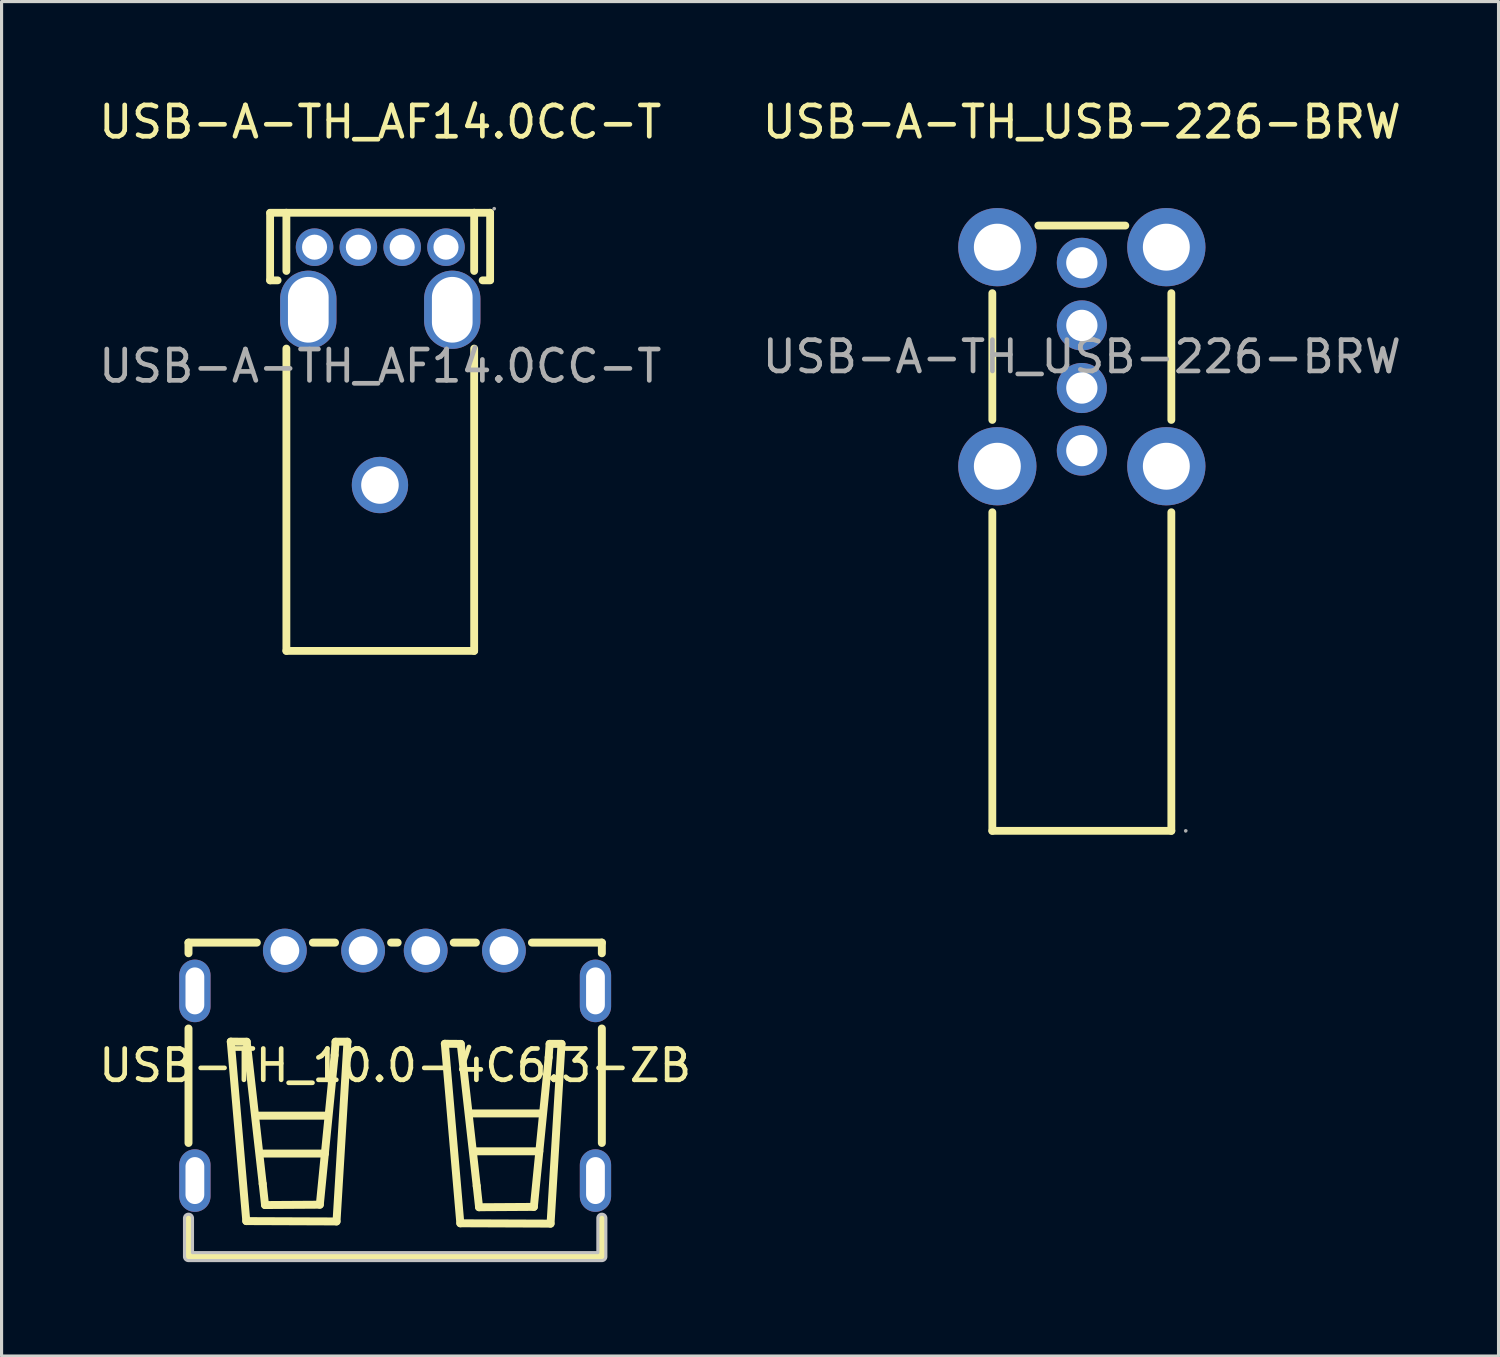
<source format=kicad_pcb>
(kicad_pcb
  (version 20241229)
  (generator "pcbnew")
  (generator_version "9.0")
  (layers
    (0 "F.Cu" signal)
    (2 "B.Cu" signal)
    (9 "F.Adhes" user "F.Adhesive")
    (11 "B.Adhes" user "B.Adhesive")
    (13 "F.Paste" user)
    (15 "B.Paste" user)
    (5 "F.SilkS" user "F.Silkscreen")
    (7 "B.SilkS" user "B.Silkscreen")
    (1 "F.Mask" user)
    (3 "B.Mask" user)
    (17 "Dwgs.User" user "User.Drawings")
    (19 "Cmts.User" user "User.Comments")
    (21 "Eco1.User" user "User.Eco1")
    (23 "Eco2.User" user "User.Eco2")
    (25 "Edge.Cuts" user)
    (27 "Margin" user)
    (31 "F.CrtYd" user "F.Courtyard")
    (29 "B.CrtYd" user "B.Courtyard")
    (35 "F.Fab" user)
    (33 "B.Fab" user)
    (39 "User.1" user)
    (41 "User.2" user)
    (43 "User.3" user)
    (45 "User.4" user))
  (footprint "USB-TH_10.0-4C6.3-ZB"
    (layer "F.Cu")
    (at 9.577 30.998)
    (property "Reference" "USB-TH_10.0-4C6.3-ZB" (at 0 0 0) (unlocked yes) (layer "F.SilkS") (effects (font (size 1 1) (thickness 0.15))))
    (fp_line (start -6.604 -3.929) (end -6.604 -3.588) (stroke (width 0.254) (type default)) (layer "F.SilkS"))
    (fp_line (start -6.604 -1.184) (end -6.604 2.473) (stroke (width 0.254) (type default)) (layer "F.SilkS"))
    (fp_line (start -6.604 4.877) (end -6.604 6.104) (stroke (width 0.254) (type default)) (layer "F.SilkS"))
    (fp_line (start -6.604 6.104) (end 6.604 6.104) (stroke (width 0.254) (type default)) (layer "F.SilkS"))
    (fp_line (start -5.253 -0.765) (end -4.744 -0.761) (stroke (width 0.254) (type default)) (layer "F.SilkS"))
    (fp_line (start -4.757 4.97) (end -5.253 -0.765) (stroke (width 0.254) (type default)) (layer "F.SilkS"))
    (fp_line (start -4.744 -0.761) (end -4.233 3.779) (stroke (width 0.254) (type default)) (layer "F.SilkS"))
    (fp_line (start -4.42 -3.929) (end -6.604 -3.929) (stroke (width 0.254) (type default)) (layer "F.SilkS"))
    (fp_line (start -4.415 1.601) (end -2.155 1.601) (stroke (width 0.254) (type default)) (layer "F.SilkS"))
    (fp_line (start -4.274 2.812) (end -2.244 2.812) (stroke (width 0.254) (type default)) (layer "F.SilkS"))
    (fp_line (start -4.233 3.779) (end -4.158 4.457) (stroke (width 0.254) (type default)) (layer "F.SilkS"))
    (fp_line (start -4.158 4.457) (end -2.408 4.446) (stroke (width 0.254) (type default)) (layer "F.SilkS"))
    (fp_line (start -2.408 4.446) (end -1.935 -0.332) (stroke (width 0.254) (type default)) (layer "F.SilkS"))
    (fp_line (start -1.935 -0.332) (end -1.905 -0.762) (stroke (width 0.254) (type default)) (layer "F.SilkS"))
    (fp_line (start -1.921 -3.929) (end -2.63 -3.929) (stroke (width 0.254) (type default)) (layer "F.SilkS"))
    (fp_line (start -1.905 -0.762) (end -1.524 -0.762) (stroke (width 0.254) (type default)) (layer "F.SilkS"))
    (fp_line (start -1.874 4.981) (end -4.757 4.97) (stroke (width 0.254) (type default)) (layer "F.SilkS"))
    (fp_line (start -1.524 -0.762) (end -1.874 4.981) (stroke (width 0.254) (type default)) (layer "F.SilkS"))
    (fp_line (start 0.079 -3.929) (end -0.13 -3.929) (stroke (width 0.254) (type default)) (layer "F.SilkS"))
    (fp_line (start 1.587 -0.696) (end 2.095 -0.692) (stroke (width 0.254) (type default)) (layer "F.SilkS"))
    (fp_line (start 2.082 5.04) (end 1.587 -0.696) (stroke (width 0.254) (type default)) (layer "F.SilkS"))
    (fp_line (start 2.095 -0.692) (end 2.606 3.849) (stroke (width 0.254) (type default)) (layer "F.SilkS"))
    (fp_line (start 2.436 1.53) (end 4.696 1.53) (stroke (width 0.254) (type default)) (layer "F.SilkS"))
    (fp_line (start 2.575 2.74) (end 4.605 2.74) (stroke (width 0.254) (type default)) (layer "F.SilkS"))
    (fp_line (start 2.579 -3.929) (end 1.871 -3.929) (stroke (width 0.254) (type default)) (layer "F.SilkS"))
    (fp_line (start 2.606 3.849) (end 2.681 4.527) (stroke (width 0.254) (type default)) (layer "F.SilkS"))
    (fp_line (start 2.681 4.527) (end 4.431 4.516) (stroke (width 0.254) (type default)) (layer "F.SilkS"))
    (fp_line (start 4.431 4.516) (end 4.905 -0.263) (stroke (width 0.254) (type default)) (layer "F.SilkS"))
    (fp_line (start 4.905 -0.263) (end 4.935 -0.693) (stroke (width 0.254) (type default)) (layer "F.SilkS"))
    (fp_line (start 4.935 -0.693) (end 5.315 -0.693) (stroke (width 0.254) (type default)) (layer "F.SilkS"))
    (fp_line (start 4.965 5.051) (end 2.082 5.04) (stroke (width 0.254) (type default)) (layer "F.SilkS"))
    (fp_line (start 5.315 -0.693) (end 4.965 5.051) (stroke (width 0.254) (type default)) (layer "F.SilkS"))
    (fp_line (start 6.604 -3.929) (end 4.37 -3.929) (stroke (width 0.254) (type default)) (layer "F.SilkS"))
    (fp_line (start 6.604 -3.588) (end 6.604 -3.929) (stroke (width 0.254) (type default)) (layer "F.SilkS"))
    (fp_line (start 6.604 2.473) (end 6.604 -1.184) (stroke (width 0.254) (type default)) (layer "F.SilkS"))
    (fp_line (start 6.604 6.104) (end 6.604 4.877) (stroke (width 0.254) (type default)) (layer "F.SilkS"))
    (fp_poly (pts (arc (start -6.731 4.877) (mid -6.604 4.75) (end -6.477 4.877)) (xy -6.477 5.977) (xy 6.477 5.977) (arc (start 6.477 4.877) (mid 6.604 4.75) (end 6.731 4.877)) (arc (start 6.731 6.104) (mid 6.693803 6.193803) (end 6.604 6.231)) (arc (start -6.604 6.231) (mid -6.693803 6.193803) (end -6.731 6.104))) (stroke (width 0.1) (type default)) (fill no) (layer "Dwgs.User"))
    (fp_poly (pts (xy -6.25 -2.886) (xy -6.25 -1.886) (xy -6.55 -1.886) (xy -6.55 -2.886)) (stroke (width 0.1) (type default)) (fill no) (layer "User.1"))
    (fp_poly (pts (xy -6.25 3.175) (xy -6.25 4.175) (xy -6.55 4.175) (xy -6.55 3.175)) (stroke (width 0.1) (type default)) (fill no) (layer "User.1"))
    (fp_poly (pts (xy -3.775 -3.825) (xy -3.275 -3.825) (xy -3.275 -3.525) (xy -3.775 -3.525)) (stroke (width 0.1) (type default)) (fill no) (layer "User.1"))
    (fp_poly (pts (xy -1.275 -3.825) (xy -0.775 -3.825) (xy -0.775 -3.525) (xy -1.275 -3.525)) (stroke (width 0.1) (type default)) (fill no) (layer "User.1"))
    (fp_poly (pts (xy 0.725 -3.825) (xy 1.225 -3.825) (xy 1.225 -3.525) (xy 0.725 -3.525)) (stroke (width 0.1) (type default)) (fill no) (layer "User.1"))
    (fp_poly (pts (xy 3.225 -3.825) (xy 3.725 -3.825) (xy 3.725 -3.525) (xy 3.225 -3.525)) (stroke (width 0.1) (type default)) (fill no) (layer "User.1"))
    (fp_poly (pts (xy 6.55 -2.886) (xy 6.55 -1.886) (xy 6.25 -1.886) (xy 6.25 -2.886)) (stroke (width 0.1) (type default)) (fill no) (layer "User.1"))
    (fp_poly (pts (xy 6.55 3.175) (xy 6.55 4.175) (xy 6.25 4.175) (xy 6.25 3.175)) (stroke (width 0.1) (type default)) (fill no) (layer "User.1"))
    (fp_line (start -6.6 -3.925) (end 6.6 -3.925) (stroke (width 0.051) (type default)) (layer "User.2"))
    (fp_line (start -6.6 6.075) (end -6.6 -3.925) (stroke (width 0.051) (type default)) (layer "User.2"))
    (fp_line (start 6.6 -3.925) (end 6.6 6.075) (stroke (width 0.051) (type default)) (layer "User.2"))
    (fp_line (start 6.6 6.075) (end -6.6 6.075) (stroke (width 0.051) (type default)) (layer "User.2"))
    (fp_poly (pts (xy -6.54 -3.925) (xy -6.558 -3.967) (xy -6.6 -3.985) (xy -6.642 -3.967) (xy -6.66 -3.925) (xy -6.642 -3.883) (xy -6.6 -3.865) (xy -6.558 -3.883)) (stroke (width 0.1) (type default)) (fill no) (layer "User.3"))
    (pad "1" thru_hole circle (at -3.525 -3.675) (size 1.4 1.4) (drill 0.92) (layers "*.Cu" "*.Mask"))
    (pad "2" thru_hole circle (at -1.025 -3.675) (size 1.4 1.4) (drill 0.92) (layers "*.Cu" "*.Mask"))
    (pad "3" thru_hole circle (at 0.975 -3.675) (size 1.4 1.4) (drill 0.92) (layers "*.Cu" "*.Mask"))
    (pad "4" thru_hole circle (at 3.475 -3.675) (size 1.4 1.4) (drill 0.92) (layers "*.Cu" "*.Mask"))
    (pad "5" thru_hole oval (at -6.4 3.675 90) (size 2 1) (drill oval 1.5 0.6) (layers "*.Cu" "*.Mask"))
    (pad "6" thru_hole oval (at -6.4 -2.386 90) (size 2 1) (drill oval 1.5 0.6) (layers "*.Cu" "*.Mask"))
    (pad "7" thru_hole oval (at 6.4 3.675 90) (size 2 1) (drill oval 1.5 0.6) (layers "*.Cu" "*.Mask"))
    (pad "8" thru_hole oval (at 6.4 -2.386 90) (size 2 1) (drill oval 1.5 0.6) (layers "*.Cu" "*.Mask")))
  (footprint "USB-A-TH_USB-226-BRW"
    (layer "F.Cu")
    (at 31.518 8.348)
    (property "Reference" "USB-A-TH_USB-226-BRW" (at 0 -7.5 0) (layer "F.SilkS") (effects (font (size 1 1) (thickness 0.15))))
    (attr through_hole)
    (fp_line (start -2.86 2.02) (end -2.86 -2.03) (stroke (width 0.25) (type solid)) (layer "F.SilkS"))
    (fp_line (start -2.86 15.15) (end -2.86 4.97) (stroke (width 0.25) (type solid)) (layer "F.SilkS"))
    (fp_line (start -1.39 -4.19) (end 1.39 -4.19) (stroke (width 0.25) (type solid)) (layer "F.SilkS"))
    (fp_line (start 2.86 2.02) (end 2.86 -2.03) (stroke (width 0.25) (type solid)) (layer "F.SilkS"))
    (fp_line (start 2.86 15.15) (end -2.86 15.15) (stroke (width 0.25) (type solid)) (layer "F.SilkS"))
    (fp_line (start 2.86 15.15) (end 2.86 4.97) (stroke (width 0.25) (type solid)) (layer "F.SilkS"))
    (fp_circle (center 3.32 15.15) (end 3.35 15.15) (stroke (width 0.06) (type solid)) (fill no) (layer "F.Fab"))
    (fp_text user "${REFERENCE}" (at 0 0 0) (layer "F.Fab") (effects (font (size 1 1) (thickness 0.15))))
    (pad "1" thru_hole circle (at 0 3 90) (size 1.6 1.6) (drill 1) (layers "*.Cu" "*.Mask"))
    (pad "2" thru_hole circle (at 0 1 90) (size 1.6 1.6) (drill 1) (layers "*.Cu" "*.Mask"))
    (pad "3" thru_hole circle (at 0 -1 90) (size 1.6 1.6) (drill 1) (layers "*.Cu" "*.Mask"))
    (pad "4" thru_hole circle (at 0 -3 90) (size 1.6 1.6) (drill 1) (layers "*.Cu" "*.Mask"))
    (pad "5" thru_hole circle (at 2.7 3.5 90) (size 2.5 2.5) (drill 1.5) (layers "*.Cu" "*.Mask"))
    (pad "6" thru_hole circle (at 2.7 -3.5 90) (size 2.5 2.5) (drill 1.5) (layers "*.Cu" "*.Mask"))
    (pad "7" thru_hole circle (at -2.7 -3.5 90) (size 2.5 2.5) (drill 1.5) (layers "*.Cu" "*.Mask"))
    (pad "8" thru_hole circle (at -2.7 3.5 90) (size 2.5 2.5) (drill 1.5) (layers "*.Cu" "*.Mask")))
  (footprint "USB-A-TH_AF14.0CC-T"
    (layer "F.Cu")
    (at 9.101 8.648)
    (property "Reference" "USB-A-TH_AF14.0CC-T" (at 0 -7.8 0) (layer "F.SilkS") (effects (font (size 1 1) (thickness 0.15))))
    (attr through_hole)
    (fp_line (start -3.52 -2.74) (end -3.52 -4.89) (stroke (width 0.25) (type solid)) (layer "F.SilkS"))
    (fp_line (start -3.28 -2.74) (end -3.52 -2.74) (stroke (width 0.25) (type solid)) (layer "F.SilkS"))
    (fp_line (start -3.02 -4.9) (end -3.52 -4.9) (stroke (width 0.25) (type solid)) (layer "F.SilkS"))
    (fp_line (start -3 -4.9) (end -3 -3.04) (stroke (width 0.25) (type solid)) (layer "F.SilkS"))
    (fp_line (start -3 -4.9) (end 3 -4.9) (stroke (width 0.25) (type solid)) (layer "F.SilkS"))
    (fp_line (start -3 -0.56) (end -3 9.1) (stroke (width 0.25) (type solid)) (layer "F.SilkS"))
    (fp_line (start -3 9.1) (end 3 9.1) (stroke (width 0.25) (type solid)) (layer "F.SilkS"))
    (fp_line (start 3 -4.9) (end 3 -3.04) (stroke (width 0.25) (type solid)) (layer "F.SilkS"))
    (fp_line (start 3 -0.56) (end 3 9.1) (stroke (width 0.25) (type solid)) (layer "F.SilkS"))
    (fp_line (start 3.01 -4.9) (end 3.51 -4.9) (stroke (width 0.25) (type solid)) (layer "F.SilkS"))
    (fp_line (start 3.27 -2.74) (end 3.51 -2.74) (stroke (width 0.25) (type solid)) (layer "F.SilkS"))
    (fp_line (start 3.51 -4.9) (end 3.51 -2.75) (stroke (width 0.25) (type solid)) (layer "F.SilkS"))
    (fp_circle (center -2.1 -3.8) (end -1.95 -3.8) (stroke (width 0.3) (type solid)) (fill no) (layer "F.Fab"))
    (fp_circle (center -0.7 -3.8) (end -0.55 -3.8) (stroke (width 0.3) (type solid)) (fill no) (layer "F.Fab"))
    (fp_circle (center -0.01 3.8) (end 0.24 3.8) (stroke (width 0.5) (type solid)) (fill no) (layer "F.Fab"))
    (fp_circle (center 0.7 -3.8) (end 0.85 -3.8) (stroke (width 0.3) (type solid)) (fill no) (layer "F.Fab"))
    (fp_circle (center 2.1 -3.8) (end 2.25 -3.8) (stroke (width 0.3) (type solid)) (fill no) (layer "F.Fab"))
    (fp_circle (center 3.64 -5.03) (end 3.67 -5.03) (stroke (width 0.06) (type solid)) (fill no) (layer "F.Fab"))
    (fp_text user "${REFERENCE}" (at 0 0 0) (layer "F.Fab") (effects (font (size 1 1) (thickness 0.15))))
    (pad "1" thru_hole circle (at 2.1 -3.8) (size 1.2 1.2) (drill 0.8) (layers "*.Cu" "*.Mask"))
    (pad "2" thru_hole circle (at 0.7 -3.8) (size 1.2 1.2) (drill 0.8) (layers "*.Cu" "*.Mask"))
    (pad "3" thru_hole circle (at -0.7 -3.8) (size 1.2 1.2) (drill 0.8) (layers "*.Cu" "*.Mask"))
    (pad "4" thru_hole circle (at -2.1 -3.8) (size 1.2 1.2) (drill 0.8) (layers "*.Cu" "*.Mask"))
    (pad "5" thru_hole oval (at -2.3 -1.8 90) (size 2.5 1.8) (drill oval 2.1 1.3) (layers "*.Cu" "*.Mask"))
    (pad "5" thru_hole circle (at -0.01 3.8 180) (size 1.8 1.8) (drill 1.2) (layers "*.Cu" "*.Mask"))
    (pad "5" thru_hole oval (at 2.3 -1.8 90) (size 2.5 1.8) (drill oval 2.1 1.3) (layers "*.Cu" "*.Mask")))
  (gr_rect
    (start -3 -3)
    (end 44.833 40.279)
    (stroke (width 0.1) (type default))
    (fill no)
    (layer "Edge.Cuts")))
</source>
